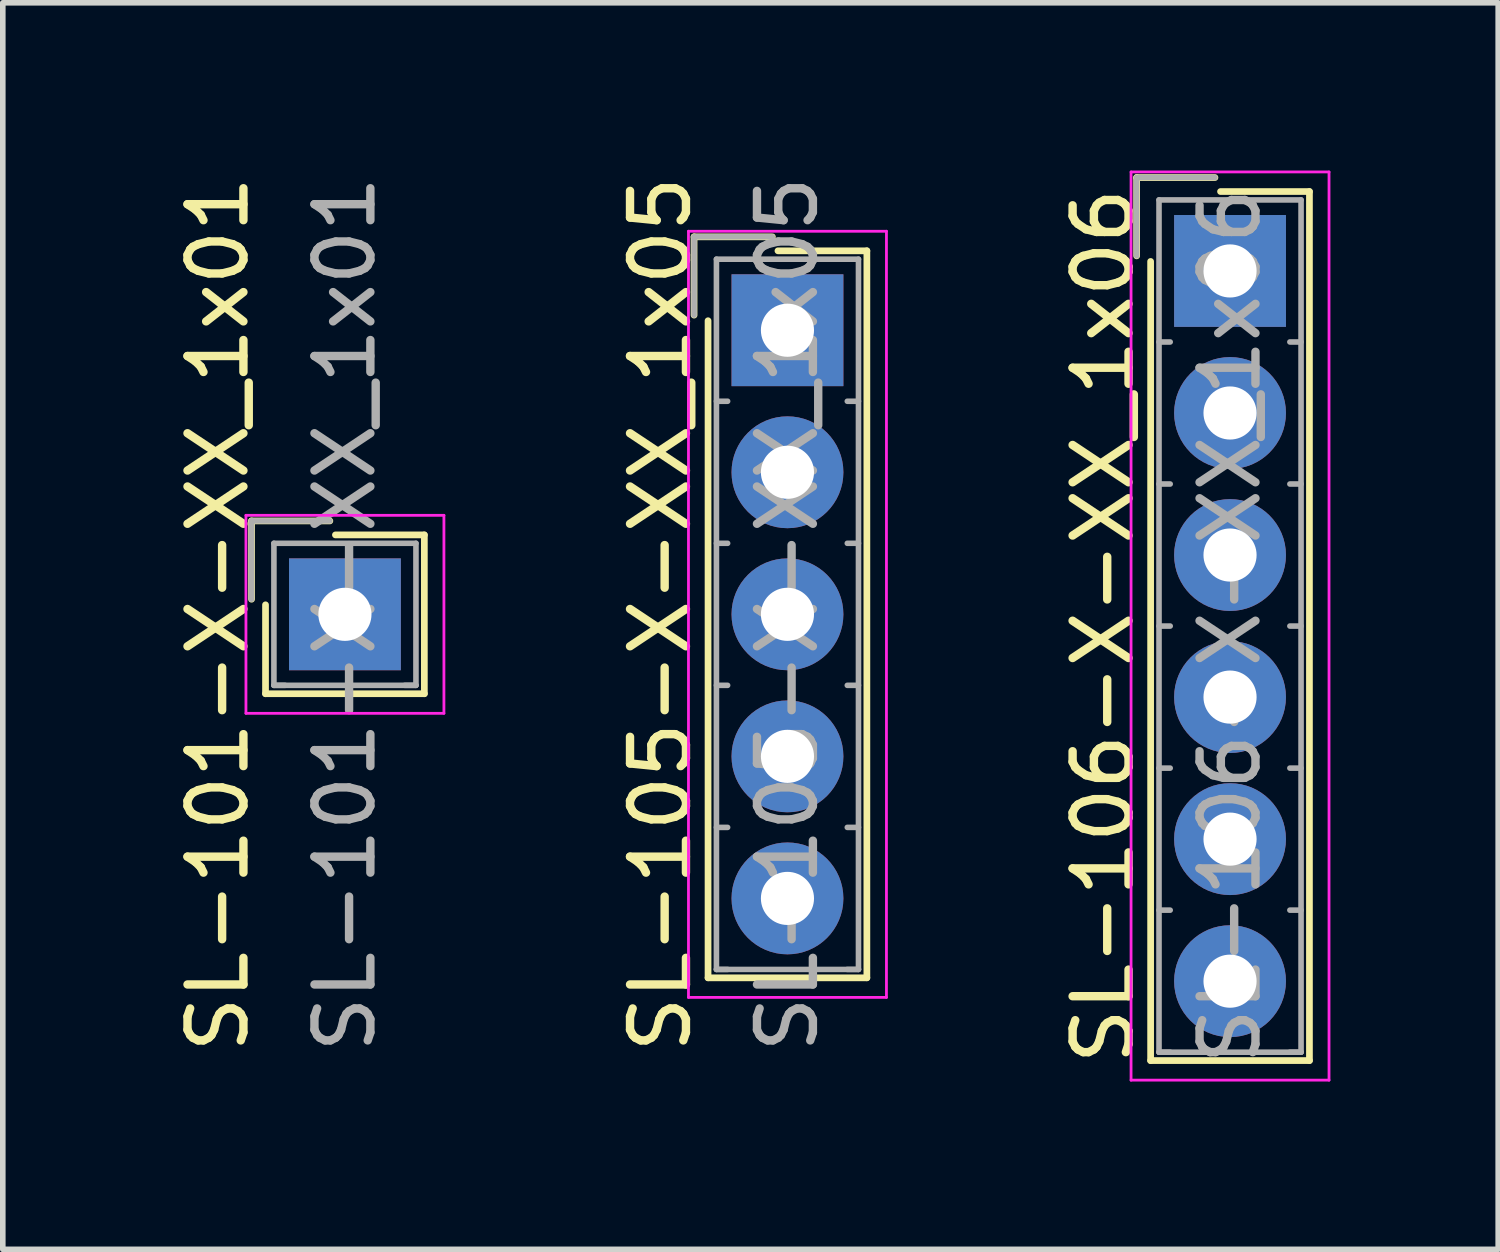
<source format=kicad_pcb>
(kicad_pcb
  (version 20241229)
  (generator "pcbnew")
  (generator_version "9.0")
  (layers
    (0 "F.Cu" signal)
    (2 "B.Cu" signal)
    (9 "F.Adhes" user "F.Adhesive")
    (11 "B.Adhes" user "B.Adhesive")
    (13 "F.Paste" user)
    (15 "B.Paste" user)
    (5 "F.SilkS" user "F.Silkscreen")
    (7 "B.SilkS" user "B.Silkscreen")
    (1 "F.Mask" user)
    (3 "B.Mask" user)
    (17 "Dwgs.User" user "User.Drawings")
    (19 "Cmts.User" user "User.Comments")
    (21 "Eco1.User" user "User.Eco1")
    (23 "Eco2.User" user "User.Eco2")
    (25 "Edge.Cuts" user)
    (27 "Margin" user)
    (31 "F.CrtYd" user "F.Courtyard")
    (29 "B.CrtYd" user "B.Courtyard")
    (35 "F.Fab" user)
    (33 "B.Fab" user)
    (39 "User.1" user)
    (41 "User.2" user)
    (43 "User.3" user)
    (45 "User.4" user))
  (footprint "SL-105-X-XX_1x05"
    (layer "F.Cu")
    (at 11.031 2.855)
    (property "Reference" "SL-105-X-XX_1x05" (at -2.27 5.08 90) (layer "F.SilkS") (effects (font (size 1 1) (thickness 0.15))))
    (attr through_hole)
    (fp_line (start -1.67 -1.67) (end -1.67 -0.27) (stroke (width 0.12) (type solid)) (layer "F.SilkS"))
    (fp_line (start -1.42 11.58) (end -1.42 -0.17) (stroke (width 0.12) (type solid)) (layer "F.SilkS"))
    (fp_line (start -0.27 -1.67) (end -1.67 -1.67) (stroke (width 0.12) (type solid)) (layer "F.SilkS"))
    (fp_line (start -0.17 -1.42) (end 1.42 -1.42) (stroke (width 0.12) (type solid)) (layer "F.SilkS"))
    (fp_line (start 1.42 -1.42) (end 1.42 11.58) (stroke (width 0.12) (type solid)) (layer "F.SilkS"))
    (fp_line (start 1.42 11.58) (end -1.42 11.58) (stroke (width 0.12) (type solid)) (layer "F.SilkS"))
    (fp_line (start -1.77 -1.77) (end -1.77 11.93) (stroke (width 0.05) (type solid)) (layer "F.CrtYd"))
    (fp_line (start -1.77 11.93) (end 1.77 11.93) (stroke (width 0.05) (type solid)) (layer "F.CrtYd"))
    (fp_line (start 1.77 -1.77) (end -1.77 -1.77) (stroke (width 0.05) (type solid)) (layer "F.CrtYd"))
    (fp_line (start 1.77 11.93) (end 1.77 -1.77) (stroke (width 0.05) (type solid)) (layer "F.CrtYd"))
    (fp_line (start -1.67 -1.67) (end -1.67 -0.27) (stroke (width 0.1) (type solid)) (layer "F.Fab"))
    (fp_line (start -1.27 -1.27) (end -1.27 11.43) (stroke (width 0.1) (type solid)) (layer "F.Fab"))
    (fp_line (start -1.27 1.27) (end -1.07 1.27) (stroke (width 0.1) (type solid)) (layer "F.Fab"))
    (fp_line (start -1.27 3.81) (end -1.07 3.81) (stroke (width 0.1) (type solid)) (layer "F.Fab"))
    (fp_line (start -1.27 6.35) (end -1.07 6.35) (stroke (width 0.1) (type solid)) (layer "F.Fab"))
    (fp_line (start -1.27 8.89) (end -1.07 8.89) (stroke (width 0.1) (type solid)) (layer "F.Fab"))
    (fp_line (start -1.27 11.43) (end -1.07 11.43) (stroke (width 0.1) (type solid)) (layer "F.Fab"))
    (fp_line (start -1.27 11.43) (end 1.27 11.43) (stroke (width 0.1) (type solid)) (layer "F.Fab"))
    (fp_line (start -0.27 -1.67) (end -1.67 -1.67) (stroke (width 0.1) (type solid)) (layer "F.Fab"))
    (fp_line (start 1.27 -1.27) (end -1.27 -1.27) (stroke (width 0.1) (type solid)) (layer "F.Fab"))
    (fp_line (start 1.27 1.27) (end 1.07 1.27) (stroke (width 0.1) (type solid)) (layer "F.Fab"))
    (fp_line (start 1.27 3.81) (end 1.07 3.81) (stroke (width 0.1) (type solid)) (layer "F.Fab"))
    (fp_line (start 1.27 6.35) (end 1.07 6.35) (stroke (width 0.1) (type solid)) (layer "F.Fab"))
    (fp_line (start 1.27 8.89) (end 1.07 8.89) (stroke (width 0.1) (type solid)) (layer "F.Fab"))
    (fp_line (start 1.27 11.43) (end 1.07 11.43) (stroke (width 0.1) (type solid)) (layer "F.Fab"))
    (fp_line (start 1.27 11.43) (end 1.27 -1.27) (stroke (width 0.1) (type solid)) (layer "F.Fab"))
    (fp_text user "${REFERENCE}" (at 0 5.08 90) (layer "F.Fab") (effects (font (size 1 1) (thickness 0.15))))
    (pad "1" thru_hole rect (at 0 0) (size 2 2) (drill 0.95) (layers "*.Cu" "*.Mask"))
    (pad "2" thru_hole circle (at 0 2.54) (size 2 2) (drill 0.95) (layers "*.Cu" "*.Mask"))
    (pad "3" thru_hole circle (at 0 5.08) (size 2 2) (drill 0.95) (layers "*.Cu" "*.Mask"))
    (pad "4" thru_hole circle (at 0 7.62) (size 2 2) (drill 0.95) (layers "*.Cu" "*.Mask"))
    (pad "5" thru_hole circle (at 0 10.16) (size 2 2) (drill 0.95) (layers "*.Cu" "*.Mask")))
  (footprint "SL-106-X-XX_1x06"
    (layer "F.Cu")
    (at 18.945 1.795)
    (property "Reference" "SL-106-X-XX_1x06" (at -2.27 6.35 90) (layer "F.SilkS") (effects (font (size 1 1) (thickness 0.15))))
    (attr through_hole)
    (fp_line (start -1.67 -1.67) (end -1.67 -0.27) (stroke (width 0.12) (type solid)) (layer "F.SilkS"))
    (fp_line (start -1.42 14.12) (end -1.42 -0.17) (stroke (width 0.12) (type solid)) (layer "F.SilkS"))
    (fp_line (start -0.27 -1.67) (end -1.67 -1.67) (stroke (width 0.12) (type solid)) (layer "F.SilkS"))
    (fp_line (start -0.17 -1.42) (end 1.42 -1.42) (stroke (width 0.12) (type solid)) (layer "F.SilkS"))
    (fp_line (start 1.42 -1.42) (end 1.42 14.12) (stroke (width 0.12) (type solid)) (layer "F.SilkS"))
    (fp_line (start 1.42 14.12) (end -1.42 14.12) (stroke (width 0.12) (type solid)) (layer "F.SilkS"))
    (fp_line (start -1.77 -1.77) (end -1.77 14.47) (stroke (width 0.05) (type solid)) (layer "F.CrtYd"))
    (fp_line (start -1.77 14.47) (end 1.77 14.47) (stroke (width 0.05) (type solid)) (layer "F.CrtYd"))
    (fp_line (start 1.77 -1.77) (end -1.77 -1.77) (stroke (width 0.05) (type solid)) (layer "F.CrtYd"))
    (fp_line (start 1.77 14.47) (end 1.77 -1.77) (stroke (width 0.05) (type solid)) (layer "F.CrtYd"))
    (fp_line (start -1.67 -1.67) (end -1.67 -0.27) (stroke (width 0.1) (type solid)) (layer "F.Fab"))
    (fp_line (start -1.27 -1.27) (end -1.27 13.97) (stroke (width 0.1) (type solid)) (layer "F.Fab"))
    (fp_line (start -1.27 1.27) (end -1.07 1.27) (stroke (width 0.1) (type solid)) (layer "F.Fab"))
    (fp_line (start -1.27 3.81) (end -1.07 3.81) (stroke (width 0.1) (type solid)) (layer "F.Fab"))
    (fp_line (start -1.27 6.35) (end -1.07 6.35) (stroke (width 0.1) (type solid)) (layer "F.Fab"))
    (fp_line (start -1.27 8.89) (end -1.07 8.89) (stroke (width 0.1) (type solid)) (layer "F.Fab"))
    (fp_line (start -1.27 11.43) (end -1.07 11.43) (stroke (width 0.1) (type solid)) (layer "F.Fab"))
    (fp_line (start -1.27 13.97) (end -1.07 13.97) (stroke (width 0.1) (type solid)) (layer "F.Fab"))
    (fp_line (start -1.27 13.97) (end 1.27 13.97) (stroke (width 0.1) (type solid)) (layer "F.Fab"))
    (fp_line (start -0.27 -1.67) (end -1.67 -1.67) (stroke (width 0.1) (type solid)) (layer "F.Fab"))
    (fp_line (start 1.27 -1.27) (end -1.27 -1.27) (stroke (width 0.1) (type solid)) (layer "F.Fab"))
    (fp_line (start 1.27 1.27) (end 1.07 1.27) (stroke (width 0.1) (type solid)) (layer "F.Fab"))
    (fp_line (start 1.27 3.81) (end 1.07 3.81) (stroke (width 0.1) (type solid)) (layer "F.Fab"))
    (fp_line (start 1.27 6.35) (end 1.07 6.35) (stroke (width 0.1) (type solid)) (layer "F.Fab"))
    (fp_line (start 1.27 8.89) (end 1.07 8.89) (stroke (width 0.1) (type solid)) (layer "F.Fab"))
    (fp_line (start 1.27 11.43) (end 1.07 11.43) (stroke (width 0.1) (type solid)) (layer "F.Fab"))
    (fp_line (start 1.27 13.97) (end 1.07 13.97) (stroke (width 0.1) (type solid)) (layer "F.Fab"))
    (fp_line (start 1.27 13.97) (end 1.27 -1.27) (stroke (width 0.1) (type solid)) (layer "F.Fab"))
    (fp_text user "${REFERENCE}" (at 0 6.35 90) (layer "F.Fab") (effects (font (size 1 1) (thickness 0.15))))
    (pad "1" thru_hole rect (at 0 0) (size 2 2) (drill 0.95) (layers "*.Cu" "*.Mask"))
    (pad "2" thru_hole circle (at 0 2.54) (size 2 2) (drill 0.95) (layers "*.Cu" "*.Mask"))
    (pad "3" thru_hole circle (at 0 5.08) (size 2 2) (drill 0.95) (layers "*.Cu" "*.Mask"))
    (pad "4" thru_hole circle (at 0 7.62) (size 2 2) (drill 0.95) (layers "*.Cu" "*.Mask"))
    (pad "5" thru_hole circle (at 0 10.16) (size 2 2) (drill 0.95) (layers "*.Cu" "*.Mask"))
    (pad "6" thru_hole circle (at 0 12.7) (size 2 2) (drill 0.95) (layers "*.Cu" "*.Mask")))
  (footprint "SL-101-X-XX_1x01"
    (layer "F.Cu")
    (at 3.118 7.935)
    (property "Reference" "SL-101-X-XX_1x01" (at -2.27 0 90) (layer "F.SilkS") (effects (font (size 1 1) (thickness 0.15))))
    (attr through_hole)
    (fp_line (start -1.67 -1.67) (end -1.67 -0.27) (stroke (width 0.12) (type solid)) (layer "F.SilkS"))
    (fp_line (start -1.42 1.42) (end -1.42 -0.17) (stroke (width 0.12) (type solid)) (layer "F.SilkS"))
    (fp_line (start -0.27 -1.67) (end -1.67 -1.67) (stroke (width 0.12) (type solid)) (layer "F.SilkS"))
    (fp_line (start -0.17 -1.42) (end 1.42 -1.42) (stroke (width 0.12) (type solid)) (layer "F.SilkS"))
    (fp_line (start 1.42 -1.42) (end 1.42 1.42) (stroke (width 0.12) (type solid)) (layer "F.SilkS"))
    (fp_line (start 1.42 1.42) (end -1.42 1.42) (stroke (width 0.12) (type solid)) (layer "F.SilkS"))
    (fp_line (start -1.77 -1.77) (end -1.77 1.77) (stroke (width 0.05) (type solid)) (layer "F.CrtYd"))
    (fp_line (start -1.77 1.77) (end 1.77 1.77) (stroke (width 0.05) (type solid)) (layer "F.CrtYd"))
    (fp_line (start 1.77 -1.77) (end -1.77 -1.77) (stroke (width 0.05) (type solid)) (layer "F.CrtYd"))
    (fp_line (start 1.77 1.77) (end 1.77 -1.77) (stroke (width 0.05) (type solid)) (layer "F.CrtYd"))
    (fp_line (start -1.67 -1.67) (end -1.67 -0.27) (stroke (width 0.1) (type solid)) (layer "F.Fab"))
    (fp_line (start -1.27 -1.27) (end -1.27 1.27) (stroke (width 0.1) (type solid)) (layer "F.Fab"))
    (fp_line (start -1.27 1.27) (end -1.07 1.27) (stroke (width 0.1) (type solid)) (layer "F.Fab"))
    (fp_line (start -1.27 1.27) (end 1.27 1.27) (stroke (width 0.1) (type solid)) (layer "F.Fab"))
    (fp_line (start -0.27 -1.67) (end -1.67 -1.67) (stroke (width 0.1) (type solid)) (layer "F.Fab"))
    (fp_line (start 1.27 -1.27) (end -1.27 -1.27) (stroke (width 0.1) (type solid)) (layer "F.Fab"))
    (fp_line (start 1.27 1.27) (end 1.07 1.27) (stroke (width 0.1) (type solid)) (layer "F.Fab"))
    (fp_line (start 1.27 1.27) (end 1.27 -1.27) (stroke (width 0.1) (type solid)) (layer "F.Fab"))
    (fp_text user "${REFERENCE}" (at 0 0 90) (layer "F.Fab") (effects (font (size 1 1) (thickness 0.15))))
    (pad "1" thru_hole rect (at 0 0) (size 2 2) (drill 0.95) (layers "*.Cu" "*.Mask")))
  (gr_rect
    (start -3 -3)
    (end 23.74 19.29)
    (stroke (width 0.1) (type default))
    (fill no)
    (layer "Edge.Cuts")))
</source>
